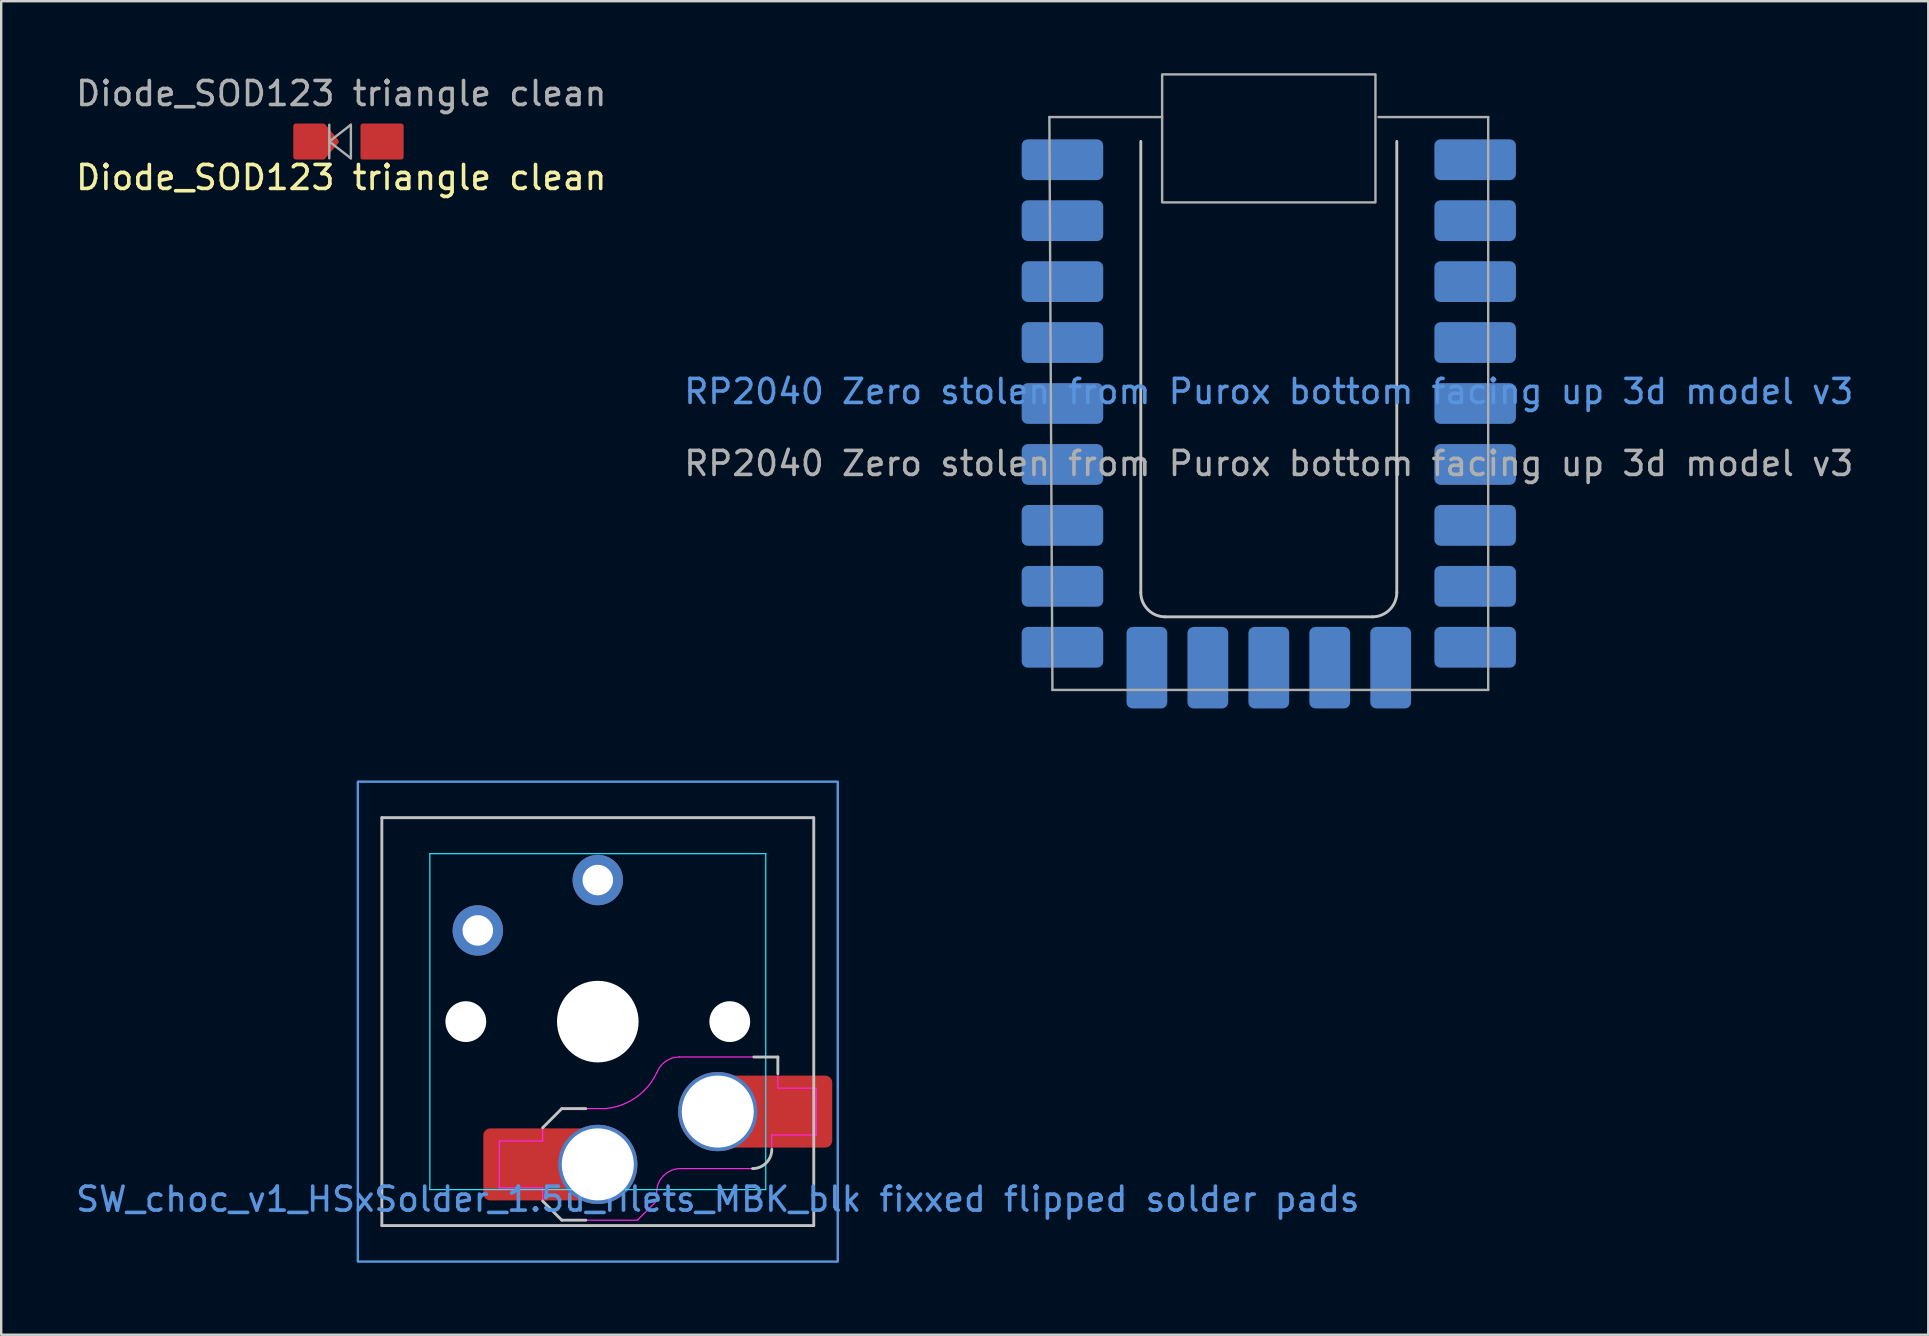
<source format=kicad_pcb>
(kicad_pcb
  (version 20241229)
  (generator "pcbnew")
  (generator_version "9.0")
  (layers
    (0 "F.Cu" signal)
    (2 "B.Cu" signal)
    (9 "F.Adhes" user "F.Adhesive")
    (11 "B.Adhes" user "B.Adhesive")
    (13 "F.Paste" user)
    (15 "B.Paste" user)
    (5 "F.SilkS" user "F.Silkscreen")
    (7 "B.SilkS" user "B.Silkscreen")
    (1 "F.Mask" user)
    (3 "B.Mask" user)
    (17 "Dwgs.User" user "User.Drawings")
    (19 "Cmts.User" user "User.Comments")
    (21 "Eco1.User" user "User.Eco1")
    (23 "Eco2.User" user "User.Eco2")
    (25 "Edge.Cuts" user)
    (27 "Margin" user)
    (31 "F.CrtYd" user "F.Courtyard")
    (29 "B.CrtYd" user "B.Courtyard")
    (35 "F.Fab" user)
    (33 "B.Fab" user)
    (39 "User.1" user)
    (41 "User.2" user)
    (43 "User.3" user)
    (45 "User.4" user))
  (footprint "RP2040 Zero stolen from Purox bottom facing up 3d model v3"
    (layer "F.Cu")
    (at 49.827 12.342)
    (property "Reference" "RP2040 Zero stolen from Purox bottom facing up 3d model v3" (at 0 0.924 0) (unlocked yes) (layer "Cmts.User") (effects (font (size 1 1) (thickness 0.15))))
    (attr through_hole)
    (fp_line (start -5.334 -9.498) (end -5.334 9.298) (stroke (width 0.12) (type default)) (layer "Dwgs.User"))
    (fp_line (start -4.318 10.314) (end 4.318 10.314) (stroke (width 0.12) (type default)) (layer "Dwgs.User"))
    (fp_line (start 5.334 9.298) (end 5.334 -9.498) (stroke (width 0.12) (type default)) (layer "Dwgs.User"))
    (fp_arc (start -4.318 10.314) (mid -5.03642 10.01642) (end -5.334 9.298) (stroke (width 0.12) (type default)) (layer "Dwgs.User"))
    (fp_arc (start 5.334 9.298) (mid 5.03642 10.01642) (end 4.318 10.314) (stroke (width 0.12) (type default)) (layer "Dwgs.User"))
    (fp_line (start -9.144 -10.514) (end -4.445 -10.514) (stroke (width 0.1) (type default)) (layer "F.Fab"))
    (fp_line (start -9.017 13.362) (end -9.144 -10.514) (stroke (width 0.1) (type default)) (layer "F.Fab"))
    (fp_line (start 4.572 -10.514) (end 9.144 -10.514) (stroke (width 0.1) (type default)) (layer "F.Fab"))
    (fp_line (start 9.144 -10.514) (end 9.144 13.362) (stroke (width 0.1) (type default)) (layer "F.Fab"))
    (fp_line (start 9.144 13.362) (end -9.017 13.362) (stroke (width 0.1) (type default)) (layer "F.Fab"))
    (fp_rect (start -4.445 -12.292) (end 4.445 -6.958) (stroke (width 0.1) (type default)) (fill no) (layer "F.Fab"))
    (fp_text user "${REFERENCE}" (at 0 3.924 0) (unlocked yes) (layer "F.Fab") (effects (font (size 1 1) (thickness 0.15))))
    (pad "1" smd roundrect (at -8.6 -8.736) (size 3.4 1.7) (layers "B.Cu" "B.Mask" "B.Paste") (roundrect_rratio 0.15))
    (pad "2" smd roundrect (at -8.6 -6.196) (size 3.4 1.7) (layers "B.Cu" "B.Mask" "B.Paste") (roundrect_rratio 0.15))
    (pad "3" smd roundrect (at -8.6 -3.656) (size 3.4 1.7) (layers "B.Cu" "B.Mask" "B.Paste") (roundrect_rratio 0.15))
    (pad "4" smd roundrect (at -8.6 -1.116) (size 3.4 1.7) (layers "B.Cu" "B.Mask" "B.Paste") (roundrect_rratio 0.15))
    (pad "5" smd roundrect (at -8.6 1.424) (size 3.4 1.7) (layers "B.Cu" "B.Mask" "B.Paste") (roundrect_rratio 0.15))
    (pad "6" smd roundrect (at -8.6 3.964) (size 3.4 1.7) (layers "B.Cu" "B.Mask" "B.Paste") (roundrect_rratio 0.15))
    (pad "7" smd roundrect (at -8.6 6.504) (size 3.4 1.7) (layers "B.Cu" "B.Mask" "B.Paste") (roundrect_rratio 0.15))
    (pad "8" smd roundrect (at -8.6 9.044) (size 3.4 1.7) (layers "B.Cu" "B.Mask" "B.Paste") (roundrect_rratio 0.15))
    (pad "9" smd roundrect (at -8.6 11.584) (size 3.4 1.7) (layers "B.Cu" "B.Mask" "B.Paste") (roundrect_rratio 0.15))
    (pad "10" smd roundrect (at 8.6 -8.736) (size 3.4 1.7) (layers "B.Cu" "B.Mask" "B.Paste") (roundrect_rratio 0.15))
    (pad "11" smd roundrect (at 8.6 -6.196) (size 3.4 1.7) (layers "B.Cu" "B.Mask" "B.Paste") (roundrect_rratio 0.15))
    (pad "12" smd roundrect (at 8.6 -3.656) (size 3.4 1.7) (layers "B.Cu" "B.Mask" "B.Paste") (roundrect_rratio 0.15))
    (pad "13" smd roundrect (at 8.6 -1.116) (size 3.4 1.7) (layers "B.Cu" "B.Mask" "B.Paste") (roundrect_rratio 0.15))
    (pad "14" smd roundrect (at 8.6 1.424) (size 3.4 1.7) (layers "B.Cu" "B.Mask" "B.Paste") (roundrect_rratio 0.15))
    (pad "15" smd roundrect (at 8.6 3.964) (size 3.4 1.7) (layers "B.Cu" "B.Mask" "B.Paste") (roundrect_rratio 0.15))
    (pad "16" smd roundrect (at 8.6 6.504) (size 3.4 1.7) (layers "B.Cu" "B.Mask" "B.Paste") (roundrect_rratio 0.15))
    (pad "17" smd roundrect (at 8.6 9.044) (size 3.4 1.7) (layers "B.Cu" "B.Mask" "B.Paste") (roundrect_rratio 0.15))
    (pad "18" smd roundrect (at 8.6 11.584) (size 3.4 1.7) (layers "B.Cu" "B.Mask" "B.Paste") (roundrect_rratio 0.15))
    (pad "19" smd roundrect (at -5.08 12.434 270) (size 3.4 1.7) (layers "B.Cu" "B.Mask" "B.Paste") (roundrect_rratio 0.15))
    (pad "20" smd roundrect (at -2.54 12.434 270) (size 3.4 1.7) (layers "B.Cu" "B.Mask" "B.Paste") (roundrect_rratio 0.15))
    (pad "21" smd roundrect (at 0 12.434 270) (size 3.4 1.7) (layers "B.Cu" "B.Mask" "B.Paste") (roundrect_rratio 0.15))
    (pad "22" smd roundrect (at 2.54 12.434 270) (size 3.4 1.7) (layers "B.Cu" "B.Mask" "B.Paste") (roundrect_rratio 0.15))
    (pad "23" smd roundrect (at 5.08 12.434 270) (size 3.4 1.7) (layers "B.Cu" "B.Mask" "B.Paste") (roundrect_rratio 0.15)))
  (footprint "SW_choc_v1_HSxSolder_1.5u_filets_MBK_blk fixxed flipped solder pads"
    (layer "F.Cu")
    (at 21.863 39.526)
    (property "Reference" "SW_choc_v1_HSxSolder_1.5u_filets_MBK_blk fixxed flipped solder pads" (at 5 7.4 0) (layer "Cmts.User") (effects (font (size 1 1) (thickness 0.15))))
    (attr smd)
    (fp_line (start -9 -8.5) (end 9 -8.5) (stroke (width 0.12) (type solid)) (layer "Dwgs.User"))
    (fp_line (start -9 8.5) (end -9 -8.5) (stroke (width 0.12) (type solid)) (layer "Dwgs.User"))
    (fp_line (start -2.3 4.425) (end -1.5 3.625) (stroke (width 0.12) (type solid)) (layer "Dwgs.User"))
    (fp_line (start -1.5 8.275) (end -2.3 7.475) (stroke (width 0.12) (type solid)) (layer "Dwgs.User"))
    (fp_line (start -0.5 3.625) (end -1.5 3.625) (stroke (width 0.12) (type solid)) (layer "Dwgs.User"))
    (fp_line (start -0.5 8.275) (end -1.5 8.275) (stroke (width 0.12) (type solid)) (layer "Dwgs.User"))
    (fp_line (start 6.504 1.475) (end 7.504 1.475) (stroke (width 0.12) (type solid)) (layer "Dwgs.User"))
    (fp_line (start 7.504 2.175) (end 7.504 1.475) (stroke (width 0.12) (type solid)) (layer "Dwgs.User"))
    (fp_line (start 9 -8.5) (end 9 8.5) (stroke (width 0.12) (type solid)) (layer "Dwgs.User"))
    (fp_line (start 9 8.5) (end -9 8.5) (stroke (width 0.12) (type solid)) (layer "Dwgs.User"))
    (fp_arc (start 7.25 5.325) (mid 7.015685 5.890685) (end 6.45 6.125) (stroke (width 0.12) (type solid)) (layer "Dwgs.User"))
    (fp_poly (pts (xy -10 -10) (xy 10 -10) (xy 10 10) (xy -10 10)) (stroke (width 0.1) (type default)) (fill no) (layer "Cmts.User"))
    (fp_line (start -6.95 6.45) (end -6.95 -6.45) (stroke (width 0.05) (type solid)) (layer "Eco2.User"))
    (fp_line (start -6.45 -6.95) (end 6.45 -6.95) (stroke (width 0.05) (type solid)) (layer "Eco2.User"))
    (fp_line (start 6.45 6.95) (end -6.45 6.95) (stroke (width 0.05) (type solid)) (layer "Eco2.User"))
    (fp_line (start 6.95 -6.45) (end 6.95 6.45) (stroke (width 0.05) (type solid)) (layer "Eco2.User"))
    (fp_arc (start -6.95 -6.45) (mid -6.803553 -6.803553) (end -6.45 -6.95) (stroke (width 0.05) (type solid)) (layer "Eco2.User"))
    (fp_arc (start -6.45 6.95) (mid -6.803553 6.803553) (end -6.95 6.45) (stroke (width 0.05) (type solid)) (layer "Eco2.User"))
    (fp_arc (start 6.45 -6.95) (mid 6.803553 -6.803553) (end 6.95 -6.45) (stroke (width 0.05) (type solid)) (layer "Eco2.User"))
    (fp_arc (start 6.95 6.45) (mid 6.803553 6.803553) (end 6.45 6.95) (stroke (width 0.05) (type solid)) (layer "Eco2.User"))
    (fp_line (start -7 -7) (end 7 -7) (stroke (width 0.05) (type solid)) (layer "B.CrtYd"))
    (fp_line (start -7 7) (end -7 -7) (stroke (width 0.05) (type solid)) (layer "B.CrtYd"))
    (fp_line (start 7 -7) (end 7 7) (stroke (width 0.05) (type solid)) (layer "B.CrtYd"))
    (fp_line (start 7 7) (end -7 7) (stroke (width 0.05) (type solid)) (layer "B.CrtYd"))
    (fp_line (start -4.104 6.925) (end -4.104 4.975) (stroke (width 0.05) (type solid)) (layer "F.CrtYd"))
    (fp_line (start -2.3 4.425) (end -2.3 4.975) (stroke (width 0.05) (type solid)) (layer "F.CrtYd"))
    (fp_line (start -2.3 4.425) (end -1.5 3.625) (stroke (width 0.05) (type solid)) (layer "F.CrtYd"))
    (fp_line (start -2.3 4.975) (end -4.104 4.975) (stroke (width 0.05) (type solid)) (layer "F.CrtYd"))
    (fp_line (start -2.3 6.925) (end -4.104 6.925) (stroke (width 0.05) (type solid)) (layer "F.CrtYd"))
    (fp_line (start -2.3 6.925) (end -2.3 7.475) (stroke (width 0.05) (type solid)) (layer "F.CrtYd"))
    (fp_line (start -1.5 8.275) (end -2.3 7.475) (stroke (width 0.05) (type solid)) (layer "F.CrtYd"))
    (fp_line (start 0.3 3.625) (end -1.5 3.625) (stroke (width 0.05) (type solid)) (layer "F.CrtYd"))
    (fp_line (start 1.65 8.275) (end -1.5 8.275) (stroke (width 0.05) (type solid)) (layer "F.CrtYd"))
    (fp_line (start 1.65 8.275) (end 2.45 7.475) (stroke (width 0.05) (type solid)) (layer "F.CrtYd"))
    (fp_line (start 2.45 7.125) (end 2.45 7.475) (stroke (width 0.05) (type solid)) (layer "F.CrtYd"))
    (fp_line (start 3.4 1.475) (end 7.504 1.475) (stroke (width 0.05) (type solid)) (layer "F.CrtYd"))
    (fp_line (start 6.45 6.125) (end 3.45 6.125) (stroke (width 0.05) (type solid)) (layer "F.CrtYd"))
    (fp_line (start 7.25 4.725) (end 7.25 5.325) (stroke (width 0.05) (type solid)) (layer "F.CrtYd"))
    (fp_line (start 7.504 2.175) (end 7.504 1.475) (stroke (width 0.05) (type solid)) (layer "F.CrtYd"))
    (fp_line (start 7.504 2.775) (end 7.504 2.175) (stroke (width 0.05) (type solid)) (layer "F.CrtYd"))
    (fp_line (start 7.504 2.775) (end 9.104 2.775) (stroke (width 0.05) (type solid)) (layer "F.CrtYd"))
    (fp_line (start 9.104 2.775) (end 9.104 4.725) (stroke (width 0.05) (type solid)) (layer "F.CrtYd"))
    (fp_line (start 9.104 4.725) (end 7.25 4.725) (stroke (width 0.05) (type solid)) (layer "F.CrtYd"))
    (fp_arc (start 2.45 7.125) (mid 2.742893 6.417893) (end 3.45 6.125) (stroke (width 0.05) (type solid)) (layer "F.CrtYd"))
    (fp_arc (start 2.455444 2.13293) (mid 1.577272 3.167235) (end 0.299999 3.624999) (stroke (width 0.05) (type solid)) (layer "F.CrtYd"))
    (fp_arc (start 2.460307 2.13298) (mid 2.826423 1.655848) (end 3.4 1.475) (stroke (width 0.05) (type solid)) (layer "F.CrtYd"))
    (fp_arc (start 7.25 5.325) (mid 7.015685 5.890685) (end 6.45 6.125) (stroke (width 0.05) (type solid)) (layer "F.CrtYd"))
    (pad "" np_thru_hole circle (at -5.5 0) (size 1.7 1.7) (drill 1.7) (layers "*.Cu" "*.Mask"))
    (pad "" np_thru_hole circle (at 0 0) (size 3.4 3.4) (drill 3.4) (layers "*.Cu" "*.Mask"))
    (pad "" np_thru_hole circle (at 5.5 0) (size 1.7 1.7) (drill 1.7) (layers "*.Cu" "*.Mask"))
    (pad "1" thru_hole circle (at 0 -5.9 180) (size 2.1 2.1) (drill 1.27) (layers "*.Cu" "F.Mask"))
    (pad "1" thru_hole circle (at 5 3.75 180) (size 3.3 3.3) (drill 3) (layers "*.Cu" "F.Mask"))
    (pad "1" smd rect (at 6.4 3.75 180) (size 1.6 3) (layers "F.Cu"))
    (pad "1" smd roundrect (at 8.345 3.75 180) (size 2.85 3) (layers "F.Cu" "F.Mask" "F.Paste") (roundrect_rratio 0.1))
    (pad "2" thru_hole circle (at -5 -3.8 180) (size 2.1 2.1) (drill 1.27) (layers "*.Cu" "F.Mask"))
    (pad "2" smd roundrect (at -3.345 5.95 180) (size 2.85 3) (layers "F.Cu" "F.Mask" "F.Paste") (roundrect_rratio 0.1))
    (pad "2" smd rect (at -1.4 5.95) (size 1.6 3) (layers "F.Cu"))
    (pad "2" thru_hole circle (at 0 5.95 180) (size 3.3 3.3) (drill 3) (layers "*.Cu" "F.Mask")))
  (footprint "Diode_SOD123 triangle clean"
    (placed yes)
    (layer "F.Cu")
    (at 11.173 2.848)
    (property "Reference" "Diode_SOD123 triangle clean" (at -0.000002 1.5 0) (layer "F.SilkS") (effects (font (size 1 1) (thickness 0.15))))
    (attr through_hole)
    (fp_line (start -0.5 -0.7) (end -0.5 0.7) (stroke (width 0.1) (type solid)) (layer "F.Fab"))
    (fp_line (start -0.5 0) (end 0.4 -0.7) (stroke (width 0.1) (type solid)) (layer "F.Fab"))
    (fp_line (start 0.4 -0.7) (end 0.4 0.7) (stroke (width 0.1) (type solid)) (layer "F.Fab"))
    (fp_line (start 0.4 0.7) (end -0.5 0) (stroke (width 0.1) (type solid)) (layer "F.Fab"))
    (fp_text user "${REFERENCE}" (at 0 -2 0) (layer "F.Fab") (effects (font (size 1 1) (thickness 0.15))))
    (pad "1" smd custom (at -1.45 0 180.2) (size 0.8 0.9) (layers "F.Cu" "F.Mask" "F.Paste") (options (anchor rect)) (primitives (gr_poly (pts (xy 0.448 0.652) (xy -0.702 0.648) (xy -1.25 -0.004) (xy -0.698 -0.652) (xy 0.452 -0.648)) (width 0.2) (fill yes))))
    (pad "2" smd roundrect (at 1.7 0 180) (size 1.8 1.5) (layers "F.Cu" "F.Mask" "F.Paste") (roundrect_rratio 0.067)))
  (gr_rect
    (start -3 -3)
    (end 77.31 52.576)
    (stroke (width 0.1) (type default))
    (fill no)
    (layer "Edge.Cuts")))
</source>
